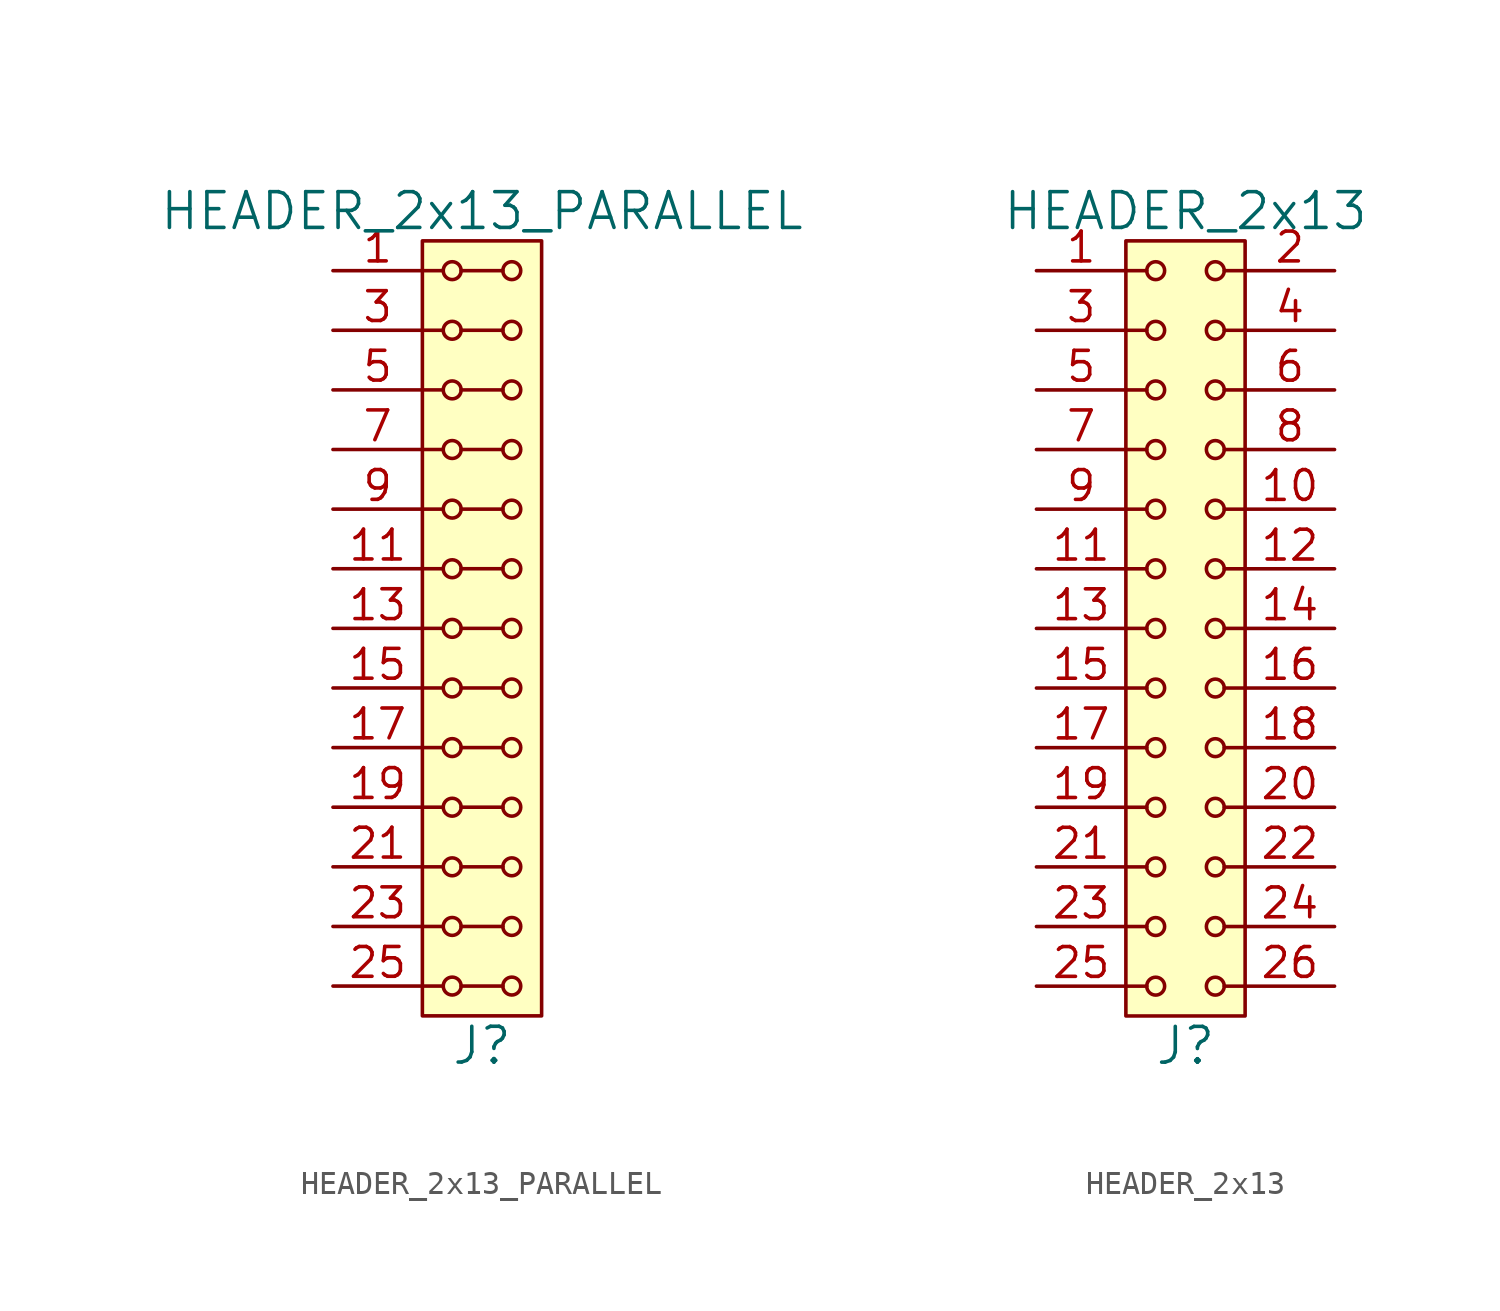
<source format=kicad_sym>
(kicad_symbol_lib
  (version 20211014)
  (generator kicad_symbol_editor)
  (symbol "HEADER_2x13_PARALLEL"
    (pin_names
      (offset 1.016))
    (property "Reference" "J"
      (at 0 -17.78 0)
      (effects (font (size 1.524 1.524))))
    (property "Value" "HEADER_2x13_PARALLEL"
      (at 0 17.78 0)
      (effects (font (size 1.524 1.524))))
    (property "Footprint" ""
      (at 0 15.24 0)
      (effects (font (size 1.524 1.524))))
    (property "Datasheet" ""
      (at 0 15.24 0)
      (effects (font (size 1.524 1.524))))
    (symbol "HEADER_2x13_PARALLEL_0_1"
      (rectangle (start -2.54 16.51) (end 2.54 -16.51) (stroke (width 0) (type default) (color 0 0 0 0)) (fill (type background)))
      (circle (center -1.27 -15.24) (radius 0.381) (stroke (width 0) (type default) (color 0 0 0 0)) (fill (type none)))
      (circle (center -1.27 -12.7) (radius 0.381) (stroke (width 0) (type default) (color 0 0 0 0)) (fill (type none)))
      (circle (center -1.27 -10.16) (radius 0.381) (stroke (width 0) (type default) (color 0 0 0 0)) (fill (type none)))
      (circle (center -1.27 -7.62) (radius 0.381) (stroke (width 0) (type default) (color 0 0 0 0)) (fill (type none)))
      (circle (center -1.27 -5.08) (radius 0.381) (stroke (width 0) (type default) (color 0 0 0 0)) (fill (type none)))
      (circle (center -1.27 -2.54) (radius 0.381) (stroke (width 0) (type default) (color 0 0 0 0)) (fill (type none)))
      (circle (center -1.27 0) (radius 0.381) (stroke (width 0) (type default) (color 0 0 0 0)) (fill (type none)))
      (circle (center -1.27 2.54) (radius 0.381) (stroke (width 0) (type default) (color 0 0 0 0)) (fill (type none)))
      (circle (center -1.27 5.08) (radius 0.381) (stroke (width 0) (type default) (color 0 0 0 0)) (fill (type none)))
      (circle (center -1.27 7.62) (radius 0.381) (stroke (width 0) (type default) (color 0 0 0 0)) (fill (type none)))
      (circle (center -1.27 10.16) (radius 0.381) (stroke (width 0) (type default) (color 0 0 0 0)) (fill (type none)))
      (circle (center -1.27 12.7) (radius 0.381) (stroke (width 0) (type default) (color 0 0 0 0)) (fill (type none)))
      (circle (center -1.27 15.24) (radius 0.381) (stroke (width 0) (type default) (color 0 0 0 0)) (fill (type none)))
      (polyline (pts (xy -1.651 -15.24) (xy -2.54 -15.24)) (stroke (width 0) (type default) (color 0 0 0 0)) (fill (type none)))
      (polyline (pts (xy -1.651 -12.7) (xy -2.54 -12.7)) (stroke (width 0) (type default) (color 0 0 0 0)) (fill (type none)))
      (polyline (pts (xy -1.651 -10.16) (xy -2.54 -10.16)) (stroke (width 0) (type default) (color 0 0 0 0)) (fill (type none)))
      (polyline (pts (xy -1.651 -7.62) (xy -2.54 -7.62)) (stroke (width 0) (type default) (color 0 0 0 0)) (fill (type none)))
      (polyline (pts (xy -1.651 -5.08) (xy -2.54 -5.08)) (stroke (width 0) (type default) (color 0 0 0 0)) (fill (type none)))
      (polyline (pts (xy -1.651 -2.54) (xy -2.54 -2.54)) (stroke (width 0) (type default) (color 0 0 0 0)) (fill (type none)))
      (polyline (pts (xy -1.651 0) (xy -2.54 0)) (stroke (width 0) (type default) (color 0 0 0 0)) (fill (type none)))
      (polyline (pts (xy -1.651 2.54) (xy -2.54 2.54)) (stroke (width 0) (type default) (color 0 0 0 0)) (fill (type none)))
      (polyline (pts (xy -1.651 5.08) (xy -2.54 5.08)) (stroke (width 0) (type default) (color 0 0 0 0)) (fill (type none)))
      (polyline (pts (xy -1.651 7.62) (xy -2.54 7.62)) (stroke (width 0) (type default) (color 0 0 0 0)) (fill (type none)))
      (polyline (pts (xy -1.651 10.16) (xy -2.54 10.16)) (stroke (width 0) (type default) (color 0 0 0 0)) (fill (type none)))
      (polyline (pts (xy -1.651 12.7) (xy -2.54 12.7)) (stroke (width 0) (type default) (color 0 0 0 0)) (fill (type none)))
      (polyline (pts (xy -1.651 15.24) (xy -2.54 15.24)) (stroke (width 0) (type default) (color 0 0 0 0)) (fill (type none)))
      (polyline (pts (xy -0.889 -15.24) (xy 0.889 -15.24)) (stroke (width 0) (type default) (color 0 0 0 0)) (fill (type none)))
      (polyline (pts (xy -0.889 -12.7) (xy 0.889 -12.7)) (stroke (width 0) (type default) (color 0 0 0 0)) (fill (type none)))
      (polyline (pts (xy -0.889 -10.16) (xy 0.889 -10.16)) (stroke (width 0) (type default) (color 0 0 0 0)) (fill (type none)))
      (polyline (pts (xy -0.889 -7.62) (xy 0.889 -7.62)) (stroke (width 0) (type default) (color 0 0 0 0)) (fill (type none)))
      (polyline (pts (xy -0.889 -5.08) (xy 0.889 -5.08)) (stroke (width 0) (type default) (color 0 0 0 0)) (fill (type none)))
      (polyline (pts (xy -0.889 -2.54) (xy 0.889 -2.54)) (stroke (width 0) (type default) (color 0 0 0 0)) (fill (type none)))
      (polyline (pts (xy -0.889 0) (xy 0.889 0)) (stroke (width 0) (type default) (color 0 0 0 0)) (fill (type none)))
      (polyline (pts (xy -0.889 2.54) (xy 0.889 2.54)) (stroke (width 0) (type default) (color 0 0 0 0)) (fill (type none)))
      (polyline (pts (xy -0.889 5.08) (xy 0.889 5.08)) (stroke (width 0) (type default) (color 0 0 0 0)) (fill (type none)))
      (polyline (pts (xy -0.889 7.62) (xy 0.889 7.62)) (stroke (width 0) (type default) (color 0 0 0 0)) (fill (type none)))
      (polyline (pts (xy -0.889 10.16) (xy 0.889 10.16)) (stroke (width 0) (type default) (color 0 0 0 0)) (fill (type none)))
      (polyline (pts (xy -0.889 12.7) (xy 0.889 12.7)) (stroke (width 0) (type default) (color 0 0 0 0)) (fill (type none)))
      (polyline (pts (xy -0.889 15.24) (xy 0.889 15.24)) (stroke (width 0) (type default) (color 0 0 0 0)) (fill (type none)))
      (circle (center 1.27 -15.24) (radius 0.381) (stroke (width 0) (type default) (color 0 0 0 0)) (fill (type none)))
      (circle (center 1.27 -12.7) (radius 0.381) (stroke (width 0) (type default) (color 0 0 0 0)) (fill (type none)))
      (circle (center 1.27 -10.16) (radius 0.381) (stroke (width 0) (type default) (color 0 0 0 0)) (fill (type none)))
      (circle (center 1.27 -7.62) (radius 0.381) (stroke (width 0) (type default) (color 0 0 0 0)) (fill (type none)))
      (circle (center 1.27 -5.08) (radius 0.381) (stroke (width 0) (type default) (color 0 0 0 0)) (fill (type none)))
      (circle (center 1.27 -2.54) (radius 0.381) (stroke (width 0) (type default) (color 0 0 0 0)) (fill (type none)))
      (circle (center 1.27 0) (radius 0.381) (stroke (width 0) (type default) (color 0 0 0 0)) (fill (type none)))
      (circle (center 1.27 2.54) (radius 0.381) (stroke (width 0) (type default) (color 0 0 0 0)) (fill (type none)))
      (circle (center 1.27 5.08) (radius 0.381) (stroke (width 0) (type default) (color 0 0 0 0)) (fill (type none)))
      (circle (center 1.27 7.62) (radius 0.381) (stroke (width 0) (type default) (color 0 0 0 0)) (fill (type none)))
      (circle (center 1.27 10.16) (radius 0.381) (stroke (width 0) (type default) (color 0 0 0 0)) (fill (type none)))
      (circle (center 1.27 12.7) (radius 0.381) (stroke (width 0) (type default) (color 0 0 0 0)) (fill (type none)))
      (circle (center 1.27 15.24) (radius 0.381) (stroke (width 0) (type default) (color 0 0 0 0)) (fill (type none))))
    (symbol "HEADER_2x13_PARALLEL_1_1"
      (pin input line (at -6.35 15.24 0) (length 3.81) (name "~" (effects (font (size 1.27 1.27)))) (number "1" (effects (font (size 1.27 1.27)))))
      (pin input line (at -6.35 5.08 0) (length 3.81) hide (name "~" (effects (font (size 1.27 1.27)))) (number "10" (effects (font (size 1.27 1.27)))))
      (pin input line (at -6.35 2.54 0) (length 3.81) (name "~" (effects (font (size 1.27 1.27)))) (number "11" (effects (font (size 1.27 1.27)))))
      (pin input line (at -6.35 2.54 0) (length 3.81) hide (name "~" (effects (font (size 1.27 1.27)))) (number "12" (effects (font (size 1.27 1.27)))))
      (pin input line (at -6.35 0 0) (length 3.81) (name "~" (effects (font (size 1.27 1.27)))) (number "13" (effects (font (size 1.27 1.27)))))
      (pin input line (at -6.35 0 0) (length 3.81) hide (name "~" (effects (font (size 1.27 1.27)))) (number "14" (effects (font (size 1.27 1.27)))))
      (pin input line (at -6.35 -2.54 0) (length 3.81) (name "~" (effects (font (size 1.27 1.27)))) (number "15" (effects (font (size 1.27 1.27)))))
      (pin input line (at -6.35 -2.54 0) (length 3.81) hide (name "~" (effects (font (size 1.27 1.27)))) (number "16" (effects (font (size 1.27 1.27)))))
      (pin input line (at -6.35 -5.08 0) (length 3.81) (name "~" (effects (font (size 1.27 1.27)))) (number "17" (effects (font (size 1.27 1.27)))))
      (pin input line (at -6.35 -5.08 0) (length 3.81) hide (name "~" (effects (font (size 1.27 1.27)))) (number "18" (effects (font (size 1.27 1.27)))))
      (pin input line (at -6.35 -7.62 0) (length 3.81) (name "~" (effects (font (size 1.27 1.27)))) (number "19" (effects (font (size 1.27 1.27)))))
      (pin input line (at -6.35 15.24 0) (length 3.81) hide (name "~" (effects (font (size 1.27 1.27)))) (number "2" (effects (font (size 1.27 1.27)))))
      (pin input line (at -6.35 -7.62 0) (length 3.81) hide (name "~" (effects (font (size 1.27 1.27)))) (number "20" (effects (font (size 1.27 1.27)))))
      (pin input line (at -6.35 -10.16 0) (length 3.81) (name "~" (effects (font (size 1.27 1.27)))) (number "21" (effects (font (size 1.27 1.27)))))
      (pin input line (at -6.35 -10.16 0) (length 3.81) hide (name "~" (effects (font (size 1.27 1.27)))) (number "22" (effects (font (size 1.27 1.27)))))
      (pin input line (at -6.35 -12.7 0) (length 3.81) (name "~" (effects (font (size 1.27 1.27)))) (number "23" (effects (font (size 1.27 1.27)))))
      (pin input line (at -6.35 -12.7 0) (length 3.81) hide (name "~" (effects (font (size 1.27 1.27)))) (number "24" (effects (font (size 1.27 1.27)))))
      (pin input line (at -6.35 -15.24 0) (length 3.81) (name "~" (effects (font (size 1.27 1.27)))) (number "25" (effects (font (size 1.27 1.27)))))
      (pin input line (at -6.35 -15.24 0) (length 3.81) hide (name "~" (effects (font (size 1.27 1.27)))) (number "26" (effects (font (size 1.27 1.27)))))
      (pin input line (at -6.35 12.7 0) (length 3.81) (name "~" (effects (font (size 1.27 1.27)))) (number "3" (effects (font (size 1.27 1.27)))))
      (pin input line (at -6.35 12.7 0) (length 3.81) hide (name "~" (effects (font (size 1.27 1.27)))) (number "4" (effects (font (size 1.27 1.27)))))
      (pin input line (at -6.35 10.16 0) (length 3.81) (name "~" (effects (font (size 1.27 1.27)))) (number "5" (effects (font (size 1.27 1.27)))))
      (pin input line (at -6.35 10.16 0) (length 3.81) hide (name "~" (effects (font (size 1.27 1.27)))) (number "6" (effects (font (size 1.27 1.27)))))
      (pin input line (at -6.35 7.62 0) (length 3.81) (name "~" (effects (font (size 1.27 1.27)))) (number "7" (effects (font (size 1.27 1.27)))))
      (pin input line (at -6.35 7.62 0) (length 3.81) hide (name "~" (effects (font (size 1.27 1.27)))) (number "8" (effects (font (size 1.27 1.27)))))
      (pin input line (at -6.35 5.08 0) (length 3.81) (name "~" (effects (font (size 1.27 1.27)))) (number "9" (effects (font (size 1.27 1.27)))))))
  (symbol "HEADER_2x13"
    (pin_names
      (offset 1.016))
    (property "Reference" "J"
      (at 0 -17.78 0)
      (effects (font (size 1.524 1.524))))
    (property "Value" "HEADER_2x13"
      (at 0 17.78 0)
      (effects (font (size 1.524 1.524))))
    (property "Footprint" ""
      (at 0 15.24 0)
      (effects (font (size 1.524 1.524))))
    (property "Datasheet" ""
      (at 0 15.24 0)
      (effects (font (size 1.524 1.524))))
    (symbol "HEADER_2x13_0_1"
      (rectangle (start -2.54 16.51) (end 2.54 -16.51) (stroke (width 0) (type default) (color 0 0 0 0)) (fill (type background)))
      (circle (center -1.27 -15.24) (radius 0.381) (stroke (width 0) (type default) (color 0 0 0 0)) (fill (type none)))
      (circle (center -1.27 -12.7) (radius 0.381) (stroke (width 0) (type default) (color 0 0 0 0)) (fill (type none)))
      (circle (center -1.27 -10.16) (radius 0.381) (stroke (width 0) (type default) (color 0 0 0 0)) (fill (type none)))
      (circle (center -1.27 -7.62) (radius 0.381) (stroke (width 0) (type default) (color 0 0 0 0)) (fill (type none)))
      (circle (center -1.27 -5.08) (radius 0.381) (stroke (width 0) (type default) (color 0 0 0 0)) (fill (type none)))
      (circle (center -1.27 -2.54) (radius 0.381) (stroke (width 0) (type default) (color 0 0 0 0)) (fill (type none)))
      (circle (center -1.27 0) (radius 0.381) (stroke (width 0) (type default) (color 0 0 0 0)) (fill (type none)))
      (circle (center -1.27 2.54) (radius 0.381) (stroke (width 0) (type default) (color 0 0 0 0)) (fill (type none)))
      (circle (center -1.27 5.08) (radius 0.381) (stroke (width 0) (type default) (color 0 0 0 0)) (fill (type none)))
      (circle (center -1.27 7.62) (radius 0.381) (stroke (width 0) (type default) (color 0 0 0 0)) (fill (type none)))
      (circle (center -1.27 10.16) (radius 0.381) (stroke (width 0) (type default) (color 0 0 0 0)) (fill (type none)))
      (circle (center -1.27 12.7) (radius 0.381) (stroke (width 0) (type default) (color 0 0 0 0)) (fill (type none)))
      (circle (center -1.27 15.24) (radius 0.381) (stroke (width 0) (type default) (color 0 0 0 0)) (fill (type none)))
      (polyline (pts (xy -1.651 -15.24) (xy -2.54 -15.24)) (stroke (width 0) (type default) (color 0 0 0 0)) (fill (type none)))
      (polyline (pts (xy -1.651 -12.7) (xy -2.54 -12.7)) (stroke (width 0) (type default) (color 0 0 0 0)) (fill (type none)))
      (polyline (pts (xy -1.651 -10.16) (xy -2.54 -10.16)) (stroke (width 0) (type default) (color 0 0 0 0)) (fill (type none)))
      (polyline (pts (xy -1.651 -7.62) (xy -2.54 -7.62)) (stroke (width 0) (type default) (color 0 0 0 0)) (fill (type none)))
      (polyline (pts (xy -1.651 -5.08) (xy -2.54 -5.08)) (stroke (width 0) (type default) (color 0 0 0 0)) (fill (type none)))
      (polyline (pts (xy -1.651 -2.54) (xy -2.54 -2.54)) (stroke (width 0) (type default) (color 0 0 0 0)) (fill (type none)))
      (polyline (pts (xy -1.651 0) (xy -2.54 0)) (stroke (width 0) (type default) (color 0 0 0 0)) (fill (type none)))
      (polyline (pts (xy -1.651 2.54) (xy -2.54 2.54)) (stroke (width 0) (type default) (color 0 0 0 0)) (fill (type none)))
      (polyline (pts (xy -1.651 5.08) (xy -2.54 5.08)) (stroke (width 0) (type default) (color 0 0 0 0)) (fill (type none)))
      (polyline (pts (xy -1.651 7.62) (xy -2.54 7.62)) (stroke (width 0) (type default) (color 0 0 0 0)) (fill (type none)))
      (polyline (pts (xy -1.651 10.16) (xy -2.54 10.16)) (stroke (width 0) (type default) (color 0 0 0 0)) (fill (type none)))
      (polyline (pts (xy -1.651 12.7) (xy -2.54 12.7)) (stroke (width 0) (type default) (color 0 0 0 0)) (fill (type none)))
      (polyline (pts (xy -1.651 15.24) (xy -2.54 15.24)) (stroke (width 0) (type default) (color 0 0 0 0)) (fill (type none)))
      (polyline (pts (xy 1.651 -15.24) (xy 2.54 -15.24)) (stroke (width 0) (type default) (color 0 0 0 0)) (fill (type none)))
      (polyline (pts (xy 1.651 -12.7) (xy 2.54 -12.7)) (stroke (width 0) (type default) (color 0 0 0 0)) (fill (type none)))
      (polyline (pts (xy 1.651 -10.16) (xy 2.54 -10.16)) (stroke (width 0) (type default) (color 0 0 0 0)) (fill (type none)))
      (polyline (pts (xy 1.651 -7.62) (xy 2.54 -7.62)) (stroke (width 0) (type default) (color 0 0 0 0)) (fill (type none)))
      (polyline (pts (xy 1.651 -5.08) (xy 2.54 -5.08)) (stroke (width 0) (type default) (color 0 0 0 0)) (fill (type none)))
      (polyline (pts (xy 1.651 -2.54) (xy 2.54 -2.54)) (stroke (width 0) (type default) (color 0 0 0 0)) (fill (type none)))
      (polyline (pts (xy 1.651 0) (xy 2.54 0)) (stroke (width 0) (type default) (color 0 0 0 0)) (fill (type none)))
      (polyline (pts (xy 1.651 2.54) (xy 2.54 2.54)) (stroke (width 0) (type default) (color 0 0 0 0)) (fill (type none)))
      (polyline (pts (xy 1.651 5.08) (xy 2.54 5.08)) (stroke (width 0) (type default) (color 0 0 0 0)) (fill (type none)))
      (polyline (pts (xy 1.651 7.62) (xy 2.54 7.62)) (stroke (width 0) (type default) (color 0 0 0 0)) (fill (type none)))
      (polyline (pts (xy 1.651 10.16) (xy 2.54 10.16)) (stroke (width 0) (type default) (color 0 0 0 0)) (fill (type none)))
      (polyline (pts (xy 1.651 12.7) (xy 2.54 12.7)) (stroke (width 0) (type default) (color 0 0 0 0)) (fill (type none)))
      (polyline (pts (xy 1.651 15.24) (xy 2.54 15.24)) (stroke (width 0) (type default) (color 0 0 0 0)) (fill (type none)))
      (circle (center 1.27 -15.24) (radius 0.381) (stroke (width 0) (type default) (color 0 0 0 0)) (fill (type none)))
      (circle (center 1.27 -12.7) (radius 0.381) (stroke (width 0) (type default) (color 0 0 0 0)) (fill (type none)))
      (circle (center 1.27 -10.16) (radius 0.381) (stroke (width 0) (type default) (color 0 0 0 0)) (fill (type none)))
      (circle (center 1.27 -7.62) (radius 0.381) (stroke (width 0) (type default) (color 0 0 0 0)) (fill (type none)))
      (circle (center 1.27 -5.08) (radius 0.381) (stroke (width 0) (type default) (color 0 0 0 0)) (fill (type none)))
      (circle (center 1.27 -2.54) (radius 0.381) (stroke (width 0) (type default) (color 0 0 0 0)) (fill (type none)))
      (circle (center 1.27 0) (radius 0.381) (stroke (width 0) (type default) (color 0 0 0 0)) (fill (type none)))
      (circle (center 1.27 2.54) (radius 0.381) (stroke (width 0) (type default) (color 0 0 0 0)) (fill (type none)))
      (circle (center 1.27 5.08) (radius 0.381) (stroke (width 0) (type default) (color 0 0 0 0)) (fill (type none)))
      (circle (center 1.27 7.62) (radius 0.381) (stroke (width 0) (type default) (color 0 0 0 0)) (fill (type none)))
      (circle (center 1.27 10.16) (radius 0.381) (stroke (width 0) (type default) (color 0 0 0 0)) (fill (type none)))
      (circle (center 1.27 12.7) (radius 0.381) (stroke (width 0) (type default) (color 0 0 0 0)) (fill (type none)))
      (circle (center 1.27 15.24) (radius 0.381) (stroke (width 0) (type default) (color 0 0 0 0)) (fill (type none))))
    (symbol "HEADER_2x13_1_1"
      (pin input line (at -6.35 15.24 0) (length 3.81) (name "~" (effects (font (size 1.27 1.27)))) (number "1" (effects (font (size 1.27 1.27)))))
      (pin input line (at 6.35 5.08 180) (length 3.81) (name "~" (effects (font (size 1.27 1.27)))) (number "10" (effects (font (size 1.27 1.27)))))
      (pin input line (at -6.35 2.54 0) (length 3.81) (name "~" (effects (font (size 1.27 1.27)))) (number "11" (effects (font (size 1.27 1.27)))))
      (pin input line (at 6.35 2.54 180) (length 3.81) (name "~" (effects (font (size 1.27 1.27)))) (number "12" (effects (font (size 1.27 1.27)))))
      (pin input line (at -6.35 0 0) (length 3.81) (name "~" (effects (font (size 1.27 1.27)))) (number "13" (effects (font (size 1.27 1.27)))))
      (pin input line (at 6.35 0 180) (length 3.81) (name "~" (effects (font (size 1.27 1.27)))) (number "14" (effects (font (size 1.27 1.27)))))
      (pin input line (at -6.35 -2.54 0) (length 3.81) (name "~" (effects (font (size 1.27 1.27)))) (number "15" (effects (font (size 1.27 1.27)))))
      (pin input line (at 6.35 -2.54 180) (length 3.81) (name "~" (effects (font (size 1.27 1.27)))) (number "16" (effects (font (size 1.27 1.27)))))
      (pin input line (at -6.35 -5.08 0) (length 3.81) (name "~" (effects (font (size 1.27 1.27)))) (number "17" (effects (font (size 1.27 1.27)))))
      (pin input line (at 6.35 -5.08 180) (length 3.81) (name "~" (effects (font (size 1.27 1.27)))) (number "18" (effects (font (size 1.27 1.27)))))
      (pin input line (at -6.35 -7.62 0) (length 3.81) (name "~" (effects (font (size 1.27 1.27)))) (number "19" (effects (font (size 1.27 1.27)))))
      (pin input line (at 6.35 15.24 180) (length 3.81) (name "~" (effects (font (size 1.27 1.27)))) (number "2" (effects (font (size 1.27 1.27)))))
      (pin input line (at 6.35 -7.62 180) (length 3.81) (name "~" (effects (font (size 1.27 1.27)))) (number "20" (effects (font (size 1.27 1.27)))))
      (pin input line (at -6.35 -10.16 0) (length 3.81) (name "~" (effects (font (size 1.27 1.27)))) (number "21" (effects (font (size 1.27 1.27)))))
      (pin input line (at 6.35 -10.16 180) (length 3.81) (name "~" (effects (font (size 1.27 1.27)))) (number "22" (effects (font (size 1.27 1.27)))))
      (pin input line (at -6.35 -12.7 0) (length 3.81) (name "~" (effects (font (size 1.27 1.27)))) (number "23" (effects (font (size 1.27 1.27)))))
      (pin input line (at 6.35 -12.7 180) (length 3.81) (name "~" (effects (font (size 1.27 1.27)))) (number "24" (effects (font (size 1.27 1.27)))))
      (pin input line (at -6.35 -15.24 0) (length 3.81) (name "~" (effects (font (size 1.27 1.27)))) (number "25" (effects (font (size 1.27 1.27)))))
      (pin input line (at 6.35 -15.24 180) (length 3.81) (name "~" (effects (font (size 1.27 1.27)))) (number "26" (effects (font (size 1.27 1.27)))))
      (pin input line (at -6.35 12.7 0) (length 3.81) (name "~" (effects (font (size 1.27 1.27)))) (number "3" (effects (font (size 1.27 1.27)))))
      (pin input line (at 6.35 12.7 180) (length 3.81) (name "~" (effects (font (size 1.27 1.27)))) (number "4" (effects (font (size 1.27 1.27)))))
      (pin input line (at -6.35 10.16 0) (length 3.81) (name "~" (effects (font (size 1.27 1.27)))) (number "5" (effects (font (size 1.27 1.27)))))
      (pin input line (at 6.35 10.16 180) (length 3.81) (name "~" (effects (font (size 1.27 1.27)))) (number "6" (effects (font (size 1.27 1.27)))))
      (pin input line (at -6.35 7.62 0) (length 3.81) (name "~" (effects (font (size 1.27 1.27)))) (number "7" (effects (font (size 1.27 1.27)))))
      (pin input line (at 6.35 7.62 180) (length 3.81) (name "~" (effects (font (size 1.27 1.27)))) (number "8" (effects (font (size 1.27 1.27)))))
      (pin input line (at -6.35 5.08 0) (length 3.81) (name "~" (effects (font (size 1.27 1.27)))) (number "9" (effects (font (size 1.27 1.27))))))))
</source>
